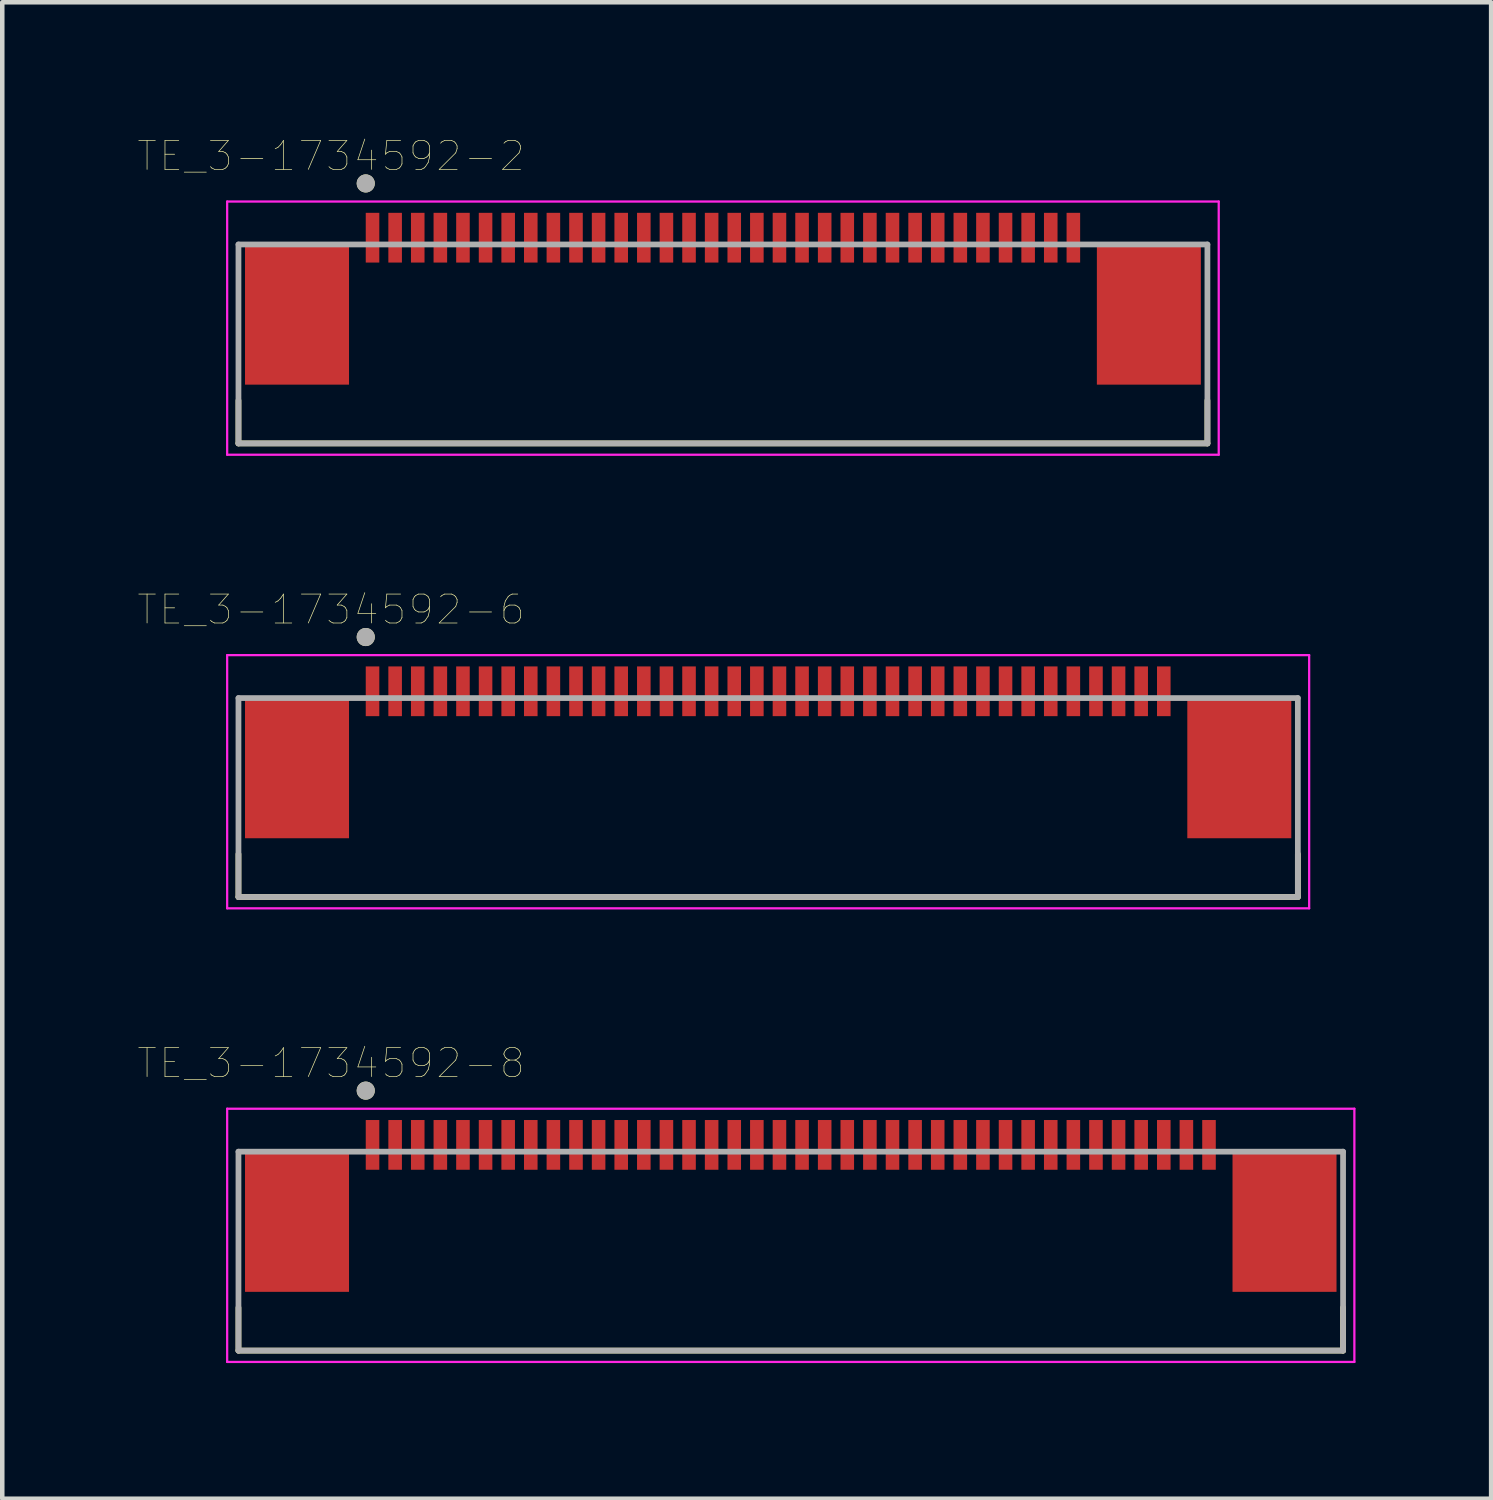
<source format=kicad_pcb>
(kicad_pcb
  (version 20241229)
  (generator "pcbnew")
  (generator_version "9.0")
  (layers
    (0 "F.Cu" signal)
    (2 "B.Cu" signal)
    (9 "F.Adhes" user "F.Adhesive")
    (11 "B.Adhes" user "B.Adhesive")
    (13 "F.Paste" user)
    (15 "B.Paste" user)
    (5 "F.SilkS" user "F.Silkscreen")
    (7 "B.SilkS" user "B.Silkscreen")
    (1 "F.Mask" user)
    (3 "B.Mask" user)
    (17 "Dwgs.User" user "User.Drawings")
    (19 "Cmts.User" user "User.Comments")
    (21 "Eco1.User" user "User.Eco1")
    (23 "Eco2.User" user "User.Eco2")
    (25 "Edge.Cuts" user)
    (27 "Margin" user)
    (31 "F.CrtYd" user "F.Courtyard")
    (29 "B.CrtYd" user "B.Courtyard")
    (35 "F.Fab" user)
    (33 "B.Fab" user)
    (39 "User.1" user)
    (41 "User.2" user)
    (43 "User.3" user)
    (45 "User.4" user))
  (footprint "TE_3-1734592-8"
    (layer "F.Cu")
    (at 14.439 22.271)
    (property "Reference" "TE_3-1734592-8" (at -10.168 -1.806 0) (layer "F.SilkS") (effects (font (size 0.64 0.64) (thickness 0.015))))
    (attr through_hole)
    (fp_line (start -12.215 4.55) (end -12.215 3.6) (stroke (width 0.127) (type solid)) (layer "F.SilkS"))
    (fp_line (start -12.215 4.55) (end 12.215 4.55) (stroke (width 0.127) (type solid)) (layer "F.SilkS"))
    (fp_line (start 12.215 4.55) (end 12.215 3.6) (stroke (width 0.127) (type solid)) (layer "F.SilkS"))
    (fp_circle (center -9.4 -1.2) (end -9.3 -1.2) (stroke (width 0.2) (type solid)) (fill no) (layer "F.SilkS"))
    (fp_line (start -12.465 -0.8) (end -12.465 4.8) (stroke (width 0.05) (type solid)) (layer "F.CrtYd"))
    (fp_line (start -12.465 4.8) (end 12.465 4.8) (stroke (width 0.05) (type solid)) (layer "F.CrtYd"))
    (fp_line (start 12.465 -0.8) (end -12.465 -0.8) (stroke (width 0.05) (type solid)) (layer "F.CrtYd"))
    (fp_line (start 12.465 4.8) (end 12.465 -0.8) (stroke (width 0.05) (type solid)) (layer "F.CrtYd"))
    (fp_line (start -12.215 0.15) (end -12.215 4.55) (stroke (width 0.127) (type solid)) (layer "F.Fab"))
    (fp_line (start -12.215 4.55) (end 12.215 4.55) (stroke (width 0.127) (type solid)) (layer "F.Fab"))
    (fp_line (start 12.215 0.15) (end -12.215 0.15) (stroke (width 0.127) (type solid)) (layer "F.Fab"))
    (fp_line (start 12.215 4.55) (end 12.215 0.15) (stroke (width 0.127) (type solid)) (layer "F.Fab"))
    (fp_circle (center -9.4 -1.2) (end -9.3 -1.2) (stroke (width 0.2) (type solid)) (fill no) (layer "F.Fab"))
    (pad "1" smd rect (at -9.25 0) (size 0.3 1.1) (layers "F.Cu" "F.Mask" "F.Paste"))
    (pad "2" smd rect (at -8.75 0) (size 0.3 1.1) (layers "F.Cu" "F.Mask" "F.Paste"))
    (pad "3" smd rect (at -8.25 0) (size 0.3 1.1) (layers "F.Cu" "F.Mask" "F.Paste"))
    (pad "4" smd rect (at -7.75 0) (size 0.3 1.1) (layers "F.Cu" "F.Mask" "F.Paste"))
    (pad "5" smd rect (at -7.25 0) (size 0.3 1.1) (layers "F.Cu" "F.Mask" "F.Paste"))
    (pad "6" smd rect (at -6.75 0) (size 0.3 1.1) (layers "F.Cu" "F.Mask" "F.Paste"))
    (pad "7" smd rect (at -6.25 0) (size 0.3 1.1) (layers "F.Cu" "F.Mask" "F.Paste"))
    (pad "8" smd rect (at -5.75 0) (size 0.3 1.1) (layers "F.Cu" "F.Mask" "F.Paste"))
    (pad "9" smd rect (at -5.25 0) (size 0.3 1.1) (layers "F.Cu" "F.Mask" "F.Paste"))
    (pad "10" smd rect (at -4.75 0) (size 0.3 1.1) (layers "F.Cu" "F.Mask" "F.Paste"))
    (pad "11" smd rect (at -4.25 0) (size 0.3 1.1) (layers "F.Cu" "F.Mask" "F.Paste"))
    (pad "12" smd rect (at -3.75 0) (size 0.3 1.1) (layers "F.Cu" "F.Mask" "F.Paste"))
    (pad "13" smd rect (at -3.25 0) (size 0.3 1.1) (layers "F.Cu" "F.Mask" "F.Paste"))
    (pad "14" smd rect (at -2.75 0) (size 0.3 1.1) (layers "F.Cu" "F.Mask" "F.Paste"))
    (pad "15" smd rect (at -2.25 0) (size 0.3 1.1) (layers "F.Cu" "F.Mask" "F.Paste"))
    (pad "16" smd rect (at -1.75 0) (size 0.3 1.1) (layers "F.Cu" "F.Mask" "F.Paste"))
    (pad "17" smd rect (at -1.25 0) (size 0.3 1.1) (layers "F.Cu" "F.Mask" "F.Paste"))
    (pad "18" smd rect (at -0.75 0) (size 0.3 1.1) (layers "F.Cu" "F.Mask" "F.Paste"))
    (pad "19" smd rect (at -0.25 0) (size 0.3 1.1) (layers "F.Cu" "F.Mask" "F.Paste"))
    (pad "20" smd rect (at 0.25 0) (size 0.3 1.1) (layers "F.Cu" "F.Mask" "F.Paste"))
    (pad "21" smd rect (at 0.75 0) (size 0.3 1.1) (layers "F.Cu" "F.Mask" "F.Paste"))
    (pad "22" smd rect (at 1.25 0) (size 0.3 1.1) (layers "F.Cu" "F.Mask" "F.Paste"))
    (pad "23" smd rect (at 1.75 0) (size 0.3 1.1) (layers "F.Cu" "F.Mask" "F.Paste"))
    (pad "24" smd rect (at 2.25 0) (size 0.3 1.1) (layers "F.Cu" "F.Mask" "F.Paste"))
    (pad "25" smd rect (at 2.75 0) (size 0.3 1.1) (layers "F.Cu" "F.Mask" "F.Paste"))
    (pad "26" smd rect (at 3.25 0) (size 0.3 1.1) (layers "F.Cu" "F.Mask" "F.Paste"))
    (pad "27" smd rect (at 3.75 0) (size 0.3 1.1) (layers "F.Cu" "F.Mask" "F.Paste"))
    (pad "28" smd rect (at 4.25 0) (size 0.3 1.1) (layers "F.Cu" "F.Mask" "F.Paste"))
    (pad "29" smd rect (at 4.75 0) (size 0.3 1.1) (layers "F.Cu" "F.Mask" "F.Paste"))
    (pad "30" smd rect (at 5.25 0) (size 0.3 1.1) (layers "F.Cu" "F.Mask" "F.Paste"))
    (pad "31" smd rect (at 5.75 0) (size 0.3 1.1) (layers "F.Cu" "F.Mask" "F.Paste"))
    (pad "32" smd rect (at 6.25 0) (size 0.3 1.1) (layers "F.Cu" "F.Mask" "F.Paste"))
    (pad "33" smd rect (at 6.75 0) (size 0.3 1.1) (layers "F.Cu" "F.Mask" "F.Paste"))
    (pad "34" smd rect (at 7.25 0) (size 0.3 1.1) (layers "F.Cu" "F.Mask" "F.Paste"))
    (pad "35" smd rect (at 7.75 0) (size 0.3 1.1) (layers "F.Cu" "F.Mask" "F.Paste"))
    (pad "36" smd rect (at 8.25 0) (size 0.3 1.1) (layers "F.Cu" "F.Mask" "F.Paste"))
    (pad "37" smd rect (at 8.75 0) (size 0.3 1.1) (layers "F.Cu" "F.Mask" "F.Paste"))
    (pad "38" smd rect (at 9.25 0) (size 0.3 1.1) (layers "F.Cu" "F.Mask" "F.Paste"))
    (pad "S1" smd rect (at -10.92 1.7) (size 2.3 3.1) (layers "F.Cu" "F.Mask" "F.Paste"))
    (pad "S2" smd rect (at 10.92 1.7) (size 2.3 3.1) (layers "F.Cu" "F.Mask" "F.Paste")))
  (footprint "TE_3-1734592-6"
    (layer "F.Cu")
    (at 13.939 12.239)
    (property "Reference" "TE_3-1734592-6" (at -9.668 -1.806 0) (layer "F.SilkS") (effects (font (size 0.64 0.64) (thickness 0.015))))
    (attr through_hole)
    (fp_line (start -11.715 4.55) (end -11.715 3.6) (stroke (width 0.127) (type solid)) (layer "F.SilkS"))
    (fp_line (start -11.715 4.55) (end 11.715 4.55) (stroke (width 0.127) (type solid)) (layer "F.SilkS"))
    (fp_line (start 11.715 4.55) (end 11.715 3.6) (stroke (width 0.127) (type solid)) (layer "F.SilkS"))
    (fp_circle (center -8.9 -1.2) (end -8.8 -1.2) (stroke (width 0.2) (type solid)) (fill no) (layer "F.SilkS"))
    (fp_line (start -11.965 -0.8) (end -11.965 4.8) (stroke (width 0.05) (type solid)) (layer "F.CrtYd"))
    (fp_line (start -11.965 4.8) (end 11.965 4.8) (stroke (width 0.05) (type solid)) (layer "F.CrtYd"))
    (fp_line (start 11.965 -0.8) (end -11.965 -0.8) (stroke (width 0.05) (type solid)) (layer "F.CrtYd"))
    (fp_line (start 11.965 4.8) (end 11.965 -0.8) (stroke (width 0.05) (type solid)) (layer "F.CrtYd"))
    (fp_line (start -11.715 0.15) (end -11.715 4.55) (stroke (width 0.127) (type solid)) (layer "F.Fab"))
    (fp_line (start -11.715 4.55) (end 11.715 4.55) (stroke (width 0.127) (type solid)) (layer "F.Fab"))
    (fp_line (start 11.715 0.15) (end -11.715 0.15) (stroke (width 0.127) (type solid)) (layer "F.Fab"))
    (fp_line (start 11.715 4.55) (end 11.715 0.15) (stroke (width 0.127) (type solid)) (layer "F.Fab"))
    (fp_circle (center -8.9 -1.2) (end -8.8 -1.2) (stroke (width 0.2) (type solid)) (fill no) (layer "F.Fab"))
    (pad "1" smd rect (at -8.75 0) (size 0.3 1.1) (layers "F.Cu" "F.Mask" "F.Paste"))
    (pad "2" smd rect (at -8.25 0) (size 0.3 1.1) (layers "F.Cu" "F.Mask" "F.Paste"))
    (pad "3" smd rect (at -7.75 0) (size 0.3 1.1) (layers "F.Cu" "F.Mask" "F.Paste"))
    (pad "4" smd rect (at -7.25 0) (size 0.3 1.1) (layers "F.Cu" "F.Mask" "F.Paste"))
    (pad "5" smd rect (at -6.75 0) (size 0.3 1.1) (layers "F.Cu" "F.Mask" "F.Paste"))
    (pad "6" smd rect (at -6.25 0) (size 0.3 1.1) (layers "F.Cu" "F.Mask" "F.Paste"))
    (pad "7" smd rect (at -5.75 0) (size 0.3 1.1) (layers "F.Cu" "F.Mask" "F.Paste"))
    (pad "8" smd rect (at -5.25 0) (size 0.3 1.1) (layers "F.Cu" "F.Mask" "F.Paste"))
    (pad "9" smd rect (at -4.75 0) (size 0.3 1.1) (layers "F.Cu" "F.Mask" "F.Paste"))
    (pad "10" smd rect (at -4.25 0) (size 0.3 1.1) (layers "F.Cu" "F.Mask" "F.Paste"))
    (pad "11" smd rect (at -3.75 0) (size 0.3 1.1) (layers "F.Cu" "F.Mask" "F.Paste"))
    (pad "12" smd rect (at -3.25 0) (size 0.3 1.1) (layers "F.Cu" "F.Mask" "F.Paste"))
    (pad "13" smd rect (at -2.75 0) (size 0.3 1.1) (layers "F.Cu" "F.Mask" "F.Paste"))
    (pad "14" smd rect (at -2.25 0) (size 0.3 1.1) (layers "F.Cu" "F.Mask" "F.Paste"))
    (pad "15" smd rect (at -1.75 0) (size 0.3 1.1) (layers "F.Cu" "F.Mask" "F.Paste"))
    (pad "16" smd rect (at -1.25 0) (size 0.3 1.1) (layers "F.Cu" "F.Mask" "F.Paste"))
    (pad "17" smd rect (at -0.75 0) (size 0.3 1.1) (layers "F.Cu" "F.Mask" "F.Paste"))
    (pad "18" smd rect (at -0.25 0) (size 0.3 1.1) (layers "F.Cu" "F.Mask" "F.Paste"))
    (pad "19" smd rect (at 0.25 0) (size 0.3 1.1) (layers "F.Cu" "F.Mask" "F.Paste"))
    (pad "20" smd rect (at 0.75 0) (size 0.3 1.1) (layers "F.Cu" "F.Mask" "F.Paste"))
    (pad "21" smd rect (at 1.25 0) (size 0.3 1.1) (layers "F.Cu" "F.Mask" "F.Paste"))
    (pad "22" smd rect (at 1.75 0) (size 0.3 1.1) (layers "F.Cu" "F.Mask" "F.Paste"))
    (pad "23" smd rect (at 2.25 0) (size 0.3 1.1) (layers "F.Cu" "F.Mask" "F.Paste"))
    (pad "24" smd rect (at 2.75 0) (size 0.3 1.1) (layers "F.Cu" "F.Mask" "F.Paste"))
    (pad "25" smd rect (at 3.25 0) (size 0.3 1.1) (layers "F.Cu" "F.Mask" "F.Paste"))
    (pad "26" smd rect (at 3.75 0) (size 0.3 1.1) (layers "F.Cu" "F.Mask" "F.Paste"))
    (pad "27" smd rect (at 4.25 0) (size 0.3 1.1) (layers "F.Cu" "F.Mask" "F.Paste"))
    (pad "28" smd rect (at 4.75 0) (size 0.3 1.1) (layers "F.Cu" "F.Mask" "F.Paste"))
    (pad "29" smd rect (at 5.25 0) (size 0.3 1.1) (layers "F.Cu" "F.Mask" "F.Paste"))
    (pad "30" smd rect (at 5.75 0) (size 0.3 1.1) (layers "F.Cu" "F.Mask" "F.Paste"))
    (pad "31" smd rect (at 6.25 0) (size 0.3 1.1) (layers "F.Cu" "F.Mask" "F.Paste"))
    (pad "32" smd rect (at 6.75 0) (size 0.3 1.1) (layers "F.Cu" "F.Mask" "F.Paste"))
    (pad "33" smd rect (at 7.25 0) (size 0.3 1.1) (layers "F.Cu" "F.Mask" "F.Paste"))
    (pad "34" smd rect (at 7.75 0) (size 0.3 1.1) (layers "F.Cu" "F.Mask" "F.Paste"))
    (pad "35" smd rect (at 8.25 0) (size 0.3 1.1) (layers "F.Cu" "F.Mask" "F.Paste"))
    (pad "36" smd rect (at 8.75 0) (size 0.3 1.1) (layers "F.Cu" "F.Mask" "F.Paste"))
    (pad "S1" smd rect (at -10.42 1.7) (size 2.3 3.1) (layers "F.Cu" "F.Mask" "F.Paste"))
    (pad "S2" smd rect (at 10.42 1.7) (size 2.3 3.1) (layers "F.Cu" "F.Mask" "F.Paste")))
  (footprint "TE_3-1734592-2"
    (layer "F.Cu")
    (at 12.939 2.207)
    (property "Reference" "TE_3-1734592-2" (at -8.668 -1.806 0) (layer "F.SilkS") (effects (font (size 0.64 0.64) (thickness 0.015))))
    (attr through_hole)
    (fp_line (start -10.715 4.55) (end -10.715 3.6) (stroke (width 0.127) (type solid)) (layer "F.SilkS"))
    (fp_line (start -10.715 4.55) (end 10.715 4.55) (stroke (width 0.127) (type solid)) (layer "F.SilkS"))
    (fp_line (start 10.715 4.55) (end 10.715 3.6) (stroke (width 0.127) (type solid)) (layer "F.SilkS"))
    (fp_circle (center -7.9 -1.2) (end -7.8 -1.2) (stroke (width 0.2) (type solid)) (fill no) (layer "F.SilkS"))
    (fp_line (start -10.965 -0.8) (end -10.965 4.8) (stroke (width 0.05) (type solid)) (layer "F.CrtYd"))
    (fp_line (start -10.965 4.8) (end 10.965 4.8) (stroke (width 0.05) (type solid)) (layer "F.CrtYd"))
    (fp_line (start 10.965 -0.8) (end -10.965 -0.8) (stroke (width 0.05) (type solid)) (layer "F.CrtYd"))
    (fp_line (start 10.965 4.8) (end 10.965 -0.8) (stroke (width 0.05) (type solid)) (layer "F.CrtYd"))
    (fp_line (start -10.715 0.15) (end -10.715 4.55) (stroke (width 0.127) (type solid)) (layer "F.Fab"))
    (fp_line (start -10.715 4.55) (end 10.715 4.55) (stroke (width 0.127) (type solid)) (layer "F.Fab"))
    (fp_line (start 10.715 0.15) (end -10.715 0.15) (stroke (width 0.127) (type solid)) (layer "F.Fab"))
    (fp_line (start 10.715 4.55) (end 10.715 0.15) (stroke (width 0.127) (type solid)) (layer "F.Fab"))
    (fp_circle (center -7.9 -1.2) (end -7.8 -1.2) (stroke (width 0.2) (type solid)) (fill no) (layer "F.Fab"))
    (pad "1" smd rect (at -7.75 0) (size 0.3 1.1) (layers "F.Cu" "F.Mask" "F.Paste"))
    (pad "2" smd rect (at -7.25 0) (size 0.3 1.1) (layers "F.Cu" "F.Mask" "F.Paste"))
    (pad "3" smd rect (at -6.75 0) (size 0.3 1.1) (layers "F.Cu" "F.Mask" "F.Paste"))
    (pad "4" smd rect (at -6.25 0) (size 0.3 1.1) (layers "F.Cu" "F.Mask" "F.Paste"))
    (pad "5" smd rect (at -5.75 0) (size 0.3 1.1) (layers "F.Cu" "F.Mask" "F.Paste"))
    (pad "6" smd rect (at -5.25 0) (size 0.3 1.1) (layers "F.Cu" "F.Mask" "F.Paste"))
    (pad "7" smd rect (at -4.75 0) (size 0.3 1.1) (layers "F.Cu" "F.Mask" "F.Paste"))
    (pad "8" smd rect (at -4.25 0) (size 0.3 1.1) (layers "F.Cu" "F.Mask" "F.Paste"))
    (pad "9" smd rect (at -3.75 0) (size 0.3 1.1) (layers "F.Cu" "F.Mask" "F.Paste"))
    (pad "10" smd rect (at -3.25 0) (size 0.3 1.1) (layers "F.Cu" "F.Mask" "F.Paste"))
    (pad "11" smd rect (at -2.75 0) (size 0.3 1.1) (layers "F.Cu" "F.Mask" "F.Paste"))
    (pad "12" smd rect (at -2.25 0) (size 0.3 1.1) (layers "F.Cu" "F.Mask" "F.Paste"))
    (pad "13" smd rect (at -1.75 0) (size 0.3 1.1) (layers "F.Cu" "F.Mask" "F.Paste"))
    (pad "14" smd rect (at -1.25 0) (size 0.3 1.1) (layers "F.Cu" "F.Mask" "F.Paste"))
    (pad "15" smd rect (at -0.75 0) (size 0.3 1.1) (layers "F.Cu" "F.Mask" "F.Paste"))
    (pad "16" smd rect (at -0.25 0) (size 0.3 1.1) (layers "F.Cu" "F.Mask" "F.Paste"))
    (pad "17" smd rect (at 0.25 0) (size 0.3 1.1) (layers "F.Cu" "F.Mask" "F.Paste"))
    (pad "18" smd rect (at 0.75 0) (size 0.3 1.1) (layers "F.Cu" "F.Mask" "F.Paste"))
    (pad "19" smd rect (at 1.25 0) (size 0.3 1.1) (layers "F.Cu" "F.Mask" "F.Paste"))
    (pad "20" smd rect (at 1.75 0) (size 0.3 1.1) (layers "F.Cu" "F.Mask" "F.Paste"))
    (pad "21" smd rect (at 2.25 0) (size 0.3 1.1) (layers "F.Cu" "F.Mask" "F.Paste"))
    (pad "22" smd rect (at 2.75 0) (size 0.3 1.1) (layers "F.Cu" "F.Mask" "F.Paste"))
    (pad "23" smd rect (at 3.25 0) (size 0.3 1.1) (layers "F.Cu" "F.Mask" "F.Paste"))
    (pad "24" smd rect (at 3.75 0) (size 0.3 1.1) (layers "F.Cu" "F.Mask" "F.Paste"))
    (pad "25" smd rect (at 4.25 0) (size 0.3 1.1) (layers "F.Cu" "F.Mask" "F.Paste"))
    (pad "26" smd rect (at 4.75 0) (size 0.3 1.1) (layers "F.Cu" "F.Mask" "F.Paste"))
    (pad "27" smd rect (at 5.25 0) (size 0.3 1.1) (layers "F.Cu" "F.Mask" "F.Paste"))
    (pad "28" smd rect (at 5.75 0) (size 0.3 1.1) (layers "F.Cu" "F.Mask" "F.Paste"))
    (pad "29" smd rect (at 6.25 0) (size 0.3 1.1) (layers "F.Cu" "F.Mask" "F.Paste"))
    (pad "30" smd rect (at 6.75 0) (size 0.3 1.1) (layers "F.Cu" "F.Mask" "F.Paste"))
    (pad "31" smd rect (at 7.25 0) (size 0.3 1.1) (layers "F.Cu" "F.Mask" "F.Paste"))
    (pad "32" smd rect (at 7.75 0) (size 0.3 1.1) (layers "F.Cu" "F.Mask" "F.Paste"))
    (pad "S1" smd rect (at -9.42 1.7) (size 2.3 3.1) (layers "F.Cu" "F.Mask" "F.Paste"))
    (pad "S2" smd rect (at 9.42 1.7) (size 2.3 3.1) (layers "F.Cu" "F.Mask" "F.Paste")))
  (gr_rect
    (start -3 -3)
    (end 29.929 30.096)
    (stroke (width 0.1) (type default))
    (fill no)
    (layer "Edge.Cuts")))
</source>
